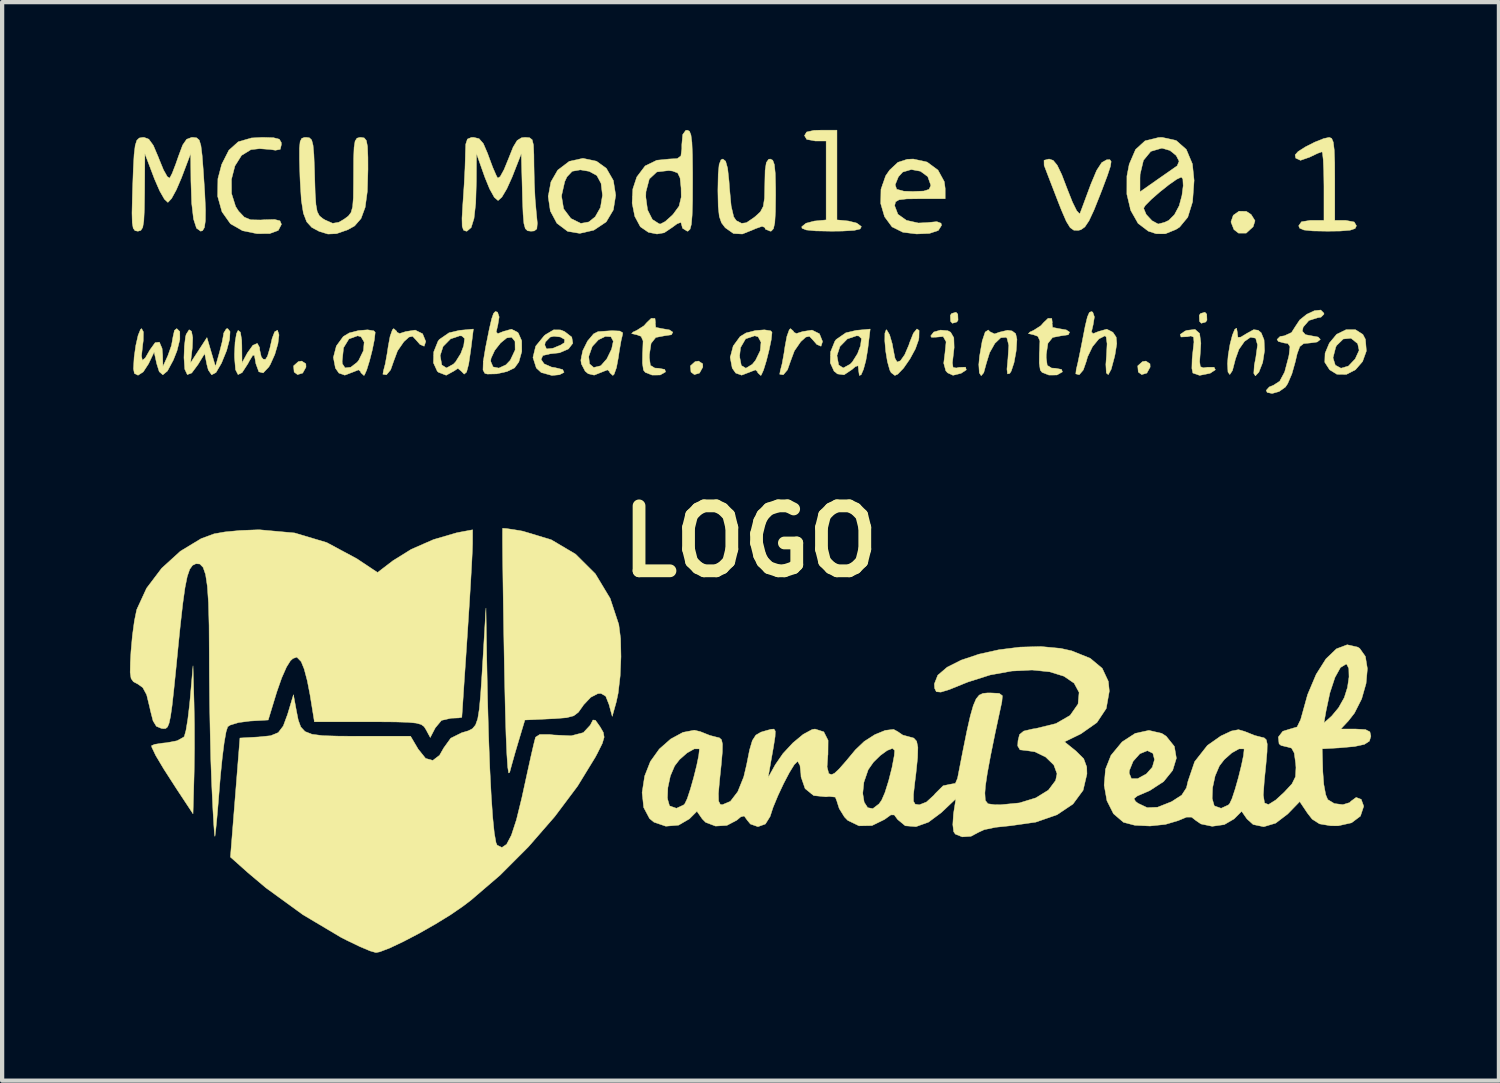
<source format=kicad_pcb>
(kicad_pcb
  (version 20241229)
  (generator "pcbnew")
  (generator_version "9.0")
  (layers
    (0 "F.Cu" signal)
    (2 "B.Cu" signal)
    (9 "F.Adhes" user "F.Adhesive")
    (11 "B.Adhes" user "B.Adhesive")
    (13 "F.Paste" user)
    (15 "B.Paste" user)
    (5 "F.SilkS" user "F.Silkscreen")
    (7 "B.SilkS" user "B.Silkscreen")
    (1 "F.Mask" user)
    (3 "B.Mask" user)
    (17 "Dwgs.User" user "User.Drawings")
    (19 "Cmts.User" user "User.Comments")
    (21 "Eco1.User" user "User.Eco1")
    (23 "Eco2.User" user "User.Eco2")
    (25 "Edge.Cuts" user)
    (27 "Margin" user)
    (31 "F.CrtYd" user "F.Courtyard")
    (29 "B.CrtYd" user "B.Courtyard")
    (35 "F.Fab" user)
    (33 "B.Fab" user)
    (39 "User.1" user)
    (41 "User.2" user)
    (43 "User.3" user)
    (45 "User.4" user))
  (footprint "LOGO"
    (layer "F.Cu")
    (at 14.561 9.657)
    (property "Reference" "LOGO" (at 0 0 0) (layer "F.SilkS") (effects (font (size 1.524 1.524) (thickness 0.3))))
    (attr through_hole)
    (fp_poly (pts (xy -10.433 -4.169) (xy -10.429 -4.092) (xy -10.507 -3.951) (xy -10.628 -3.915) (xy -10.708 -3.975) (xy -10.721 -4.12) (xy -10.61 -4.22) (xy -10.53 -4.233) (xy -10.433 -4.169)) (stroke (width 0.01) (type solid)) (fill yes) (layer "F.SilkS"))
    (fp_poly (pts (xy -1.119 -4.169) (xy -1.116 -4.092) (xy -1.194 -3.951) (xy -1.314 -3.915) (xy -1.394 -3.975) (xy -1.408 -4.12) (xy -1.297 -4.22) (xy -1.216 -4.233) (xy -1.119 -4.169)) (stroke (width 0.01) (type solid)) (fill yes) (layer "F.SilkS"))
    (fp_poly (pts (xy 4.868 -5.334) (xy 4.874 -5.194) (xy 4.845 -5.15) (xy 4.741 -5.12) (xy 4.699 -5.165) (xy 4.693 -5.305) (xy 4.722 -5.349) (xy 4.826 -5.379) (xy 4.868 -5.334)) (stroke (width 0.01) (type solid)) (fill yes) (layer "F.SilkS"))
    (fp_poly (pts (xy 9.379 -4.169) (xy 9.383 -4.092) (xy 9.305 -3.951) (xy 9.184 -3.915) (xy 9.104 -3.975) (xy 9.091 -4.12) (xy 9.202 -4.22) (xy 9.282 -4.233) (xy 9.379 -4.169)) (stroke (width 0.01) (type solid)) (fill yes) (layer "F.SilkS"))
    (fp_poly (pts (xy 10.71 -5.334) (xy 10.716 -5.194) (xy 10.687 -5.15) (xy 10.583 -5.12) (xy 10.541 -5.165) (xy 10.535 -5.305) (xy 10.564 -5.349) (xy 10.668 -5.379) (xy 10.71 -5.334)) (stroke (width 0.01) (type solid)) (fill yes) (layer "F.SilkS"))
    (fp_poly (pts (xy 11.641 -7.746) (xy 11.753 -7.672) (xy 11.844 -7.526) (xy 11.8 -7.386) (xy 11.637 -7.236) (xy 11.456 -7.236) (xy 11.349 -7.319) (xy 11.279 -7.498) (xy 11.333 -7.655) (xy 11.468 -7.75) (xy 11.641 -7.746)) (stroke (width 0.01) (type solid)) (fill yes) (layer "F.SilkS"))
    (fp_poly (pts (xy -13.057 3.789) (xy -13.048 4.293) (xy -13.047 4.862) (xy -13.054 5.395) (xy -13.057 5.524) (xy -13.081 6.392) (xy -13.472 5.8) (xy -13.766 5.343) (xy -13.958 5.021) (xy -14.047 4.832) (xy -14.055 4.794) (xy -13.979 4.762) (xy -13.79 4.733) (xy -13.703 4.725) (xy -13.454 4.678) (xy -13.299 4.592) (xy -13.284 4.572) (xy -13.246 4.434) (xy -13.203 4.174) (xy -13.163 3.837) (xy -13.148 3.683) (xy -13.081 2.921) (xy -13.057 3.789)) (stroke (width 0.01) (type solid)) (fill yes) (layer "F.SilkS"))
    (fp_poly (pts (xy 2.032 -7.546) (xy 2.301 -7.52) (xy 2.497 -7.471) (xy 2.603 -7.391) (xy 2.604 -7.387) (xy 2.576 -7.333) (xy 2.436 -7.3) (xy 2.161 -7.284) (xy 1.905 -7.281) (xy 1.533 -7.288) (xy 1.31 -7.31) (xy 1.212 -7.35) (xy 1.206 -7.387) (xy 1.306 -7.468) (xy 1.501 -7.519) (xy 1.509 -7.52) (xy 1.778 -7.546) (xy 1.778 -9.398) (xy 1.524 -9.398) (xy 1.322 -9.436) (xy 1.27 -9.525) (xy 1.32 -9.609) (xy 1.489 -9.647) (xy 1.651 -9.652) (xy 2.032 -9.652) (xy 2.032 -7.546)) (stroke (width 0.01) (type solid)) (fill yes) (layer "F.SilkS"))
    (fp_poly (pts (xy 4.634 -4.945) (xy 4.7 -4.91) (xy 4.775 -4.78) (xy 4.782 -4.549) (xy 4.768 -4.424) (xy 4.741 -4.19) (xy 4.757 -4.085) (xy 4.831 -4.07) (xy 4.897 -4.085) (xy 5.049 -4.09) (xy 5.068 -4.026) (xy 4.946 -3.946) (xy 4.756 -3.899) (xy 4.63 -3.956) (xy 4.587 -4.003) (xy 4.538 -4.183) (xy 4.568 -4.427) (xy 4.594 -4.687) (xy 4.525 -4.809) (xy 4.357 -4.794) (xy 4.356 -4.794) (xy 4.25 -4.791) (xy 4.233 -4.823) (xy 4.304 -4.915) (xy 4.463 -4.96) (xy 4.634 -4.945)) (stroke (width 0.01) (type solid)) (fill yes) (layer "F.SilkS"))
    (fp_poly (pts (xy 10.543 -4.882) (xy 10.573 -4.654) (xy 10.562 -4.469) (xy 10.544 -4.221) (xy 10.56 -4.103) (xy 10.629 -4.074) (xy 10.722 -4.087) (xy 10.884 -4.087) (xy 10.913 -4.028) (xy 10.792 -3.948) (xy 10.788 -3.946) (xy 10.544 -3.897) (xy 10.385 -3.952) (xy 10.362 -4.062) (xy 10.368 -4.281) (xy 10.383 -4.431) (xy 10.411 -4.678) (xy 10.401 -4.796) (xy 10.339 -4.822) (xy 10.257 -4.805) (xy 10.107 -4.798) (xy 10.087 -4.858) (xy 10.201 -4.937) (xy 10.244 -4.953) (xy 10.436 -4.976) (xy 10.543 -4.882)) (stroke (width 0.01) (type solid)) (fill yes) (layer "F.SilkS"))
    (fp_poly (pts (xy -8.299 -4.931) (xy -8.297 -4.912) (xy -8.233 -4.879) (xy -8.088 -4.925) (xy -7.867 -4.96) (xy -7.693 -4.874) (xy -7.62 -4.695) (xy -7.62 -4.689) (xy -7.656 -4.581) (xy -7.754 -4.623) (xy -7.839 -4.72) (xy -7.926 -4.814) (xy -8.013 -4.796) (xy -8.132 -4.688) (xy -8.281 -4.473) (xy -8.372 -4.229) (xy -8.443 -4.027) (xy -8.538 -3.914) (xy -8.546 -3.911) (xy -8.625 -3.924) (xy -8.61 -4.009) (xy -8.568 -4.171) (xy -8.522 -4.427) (xy -8.501 -4.571) (xy -8.456 -4.812) (xy -8.402 -4.966) (xy -8.371 -4.995) (xy -8.299 -4.931)) (stroke (width 0.01) (type solid)) (fill yes) (layer "F.SilkS"))
    (fp_poly (pts (xy 1.014 -4.931) (xy 1.016 -4.912) (xy 1.081 -4.879) (xy 1.225 -4.925) (xy 1.447 -4.96) (xy 1.621 -4.874) (xy 1.693 -4.695) (xy 1.693 -4.689) (xy 1.658 -4.581) (xy 1.559 -4.623) (xy 1.475 -4.72) (xy 1.387 -4.814) (xy 1.301 -4.796) (xy 1.182 -4.688) (xy 1.033 -4.473) (xy 0.942 -4.229) (xy 0.871 -4.027) (xy 0.775 -3.914) (xy 0.767 -3.911) (xy 0.688 -3.924) (xy 0.703 -4.009) (xy 0.745 -4.171) (xy 0.791 -4.427) (xy 0.812 -4.571) (xy 0.857 -4.812) (xy 0.912 -4.966) (xy 0.942 -4.995) (xy 1.014 -4.931)) (stroke (width 0.01) (type solid)) (fill yes) (layer "F.SilkS"))
    (fp_poly (pts (xy 3.96 -4.951) (xy 3.956 -4.777) (xy 3.947 -4.727) (xy 3.873 -4.519) (xy 3.744 -4.282) (xy 3.595 -4.067) (xy 3.458 -3.925) (xy 3.391 -3.895) (xy 3.303 -3.962) (xy 3.272 -4.021) (xy 3.216 -4.221) (xy 3.176 -4.465) (xy 3.155 -4.703) (xy 3.157 -4.887) (xy 3.187 -4.967) (xy 3.2 -4.964) (xy 3.267 -4.851) (xy 3.33 -4.635) (xy 3.349 -4.526) (xy 3.394 -4.298) (xy 3.445 -4.211) (xy 3.52 -4.239) (xy 3.523 -4.241) (xy 3.622 -4.382) (xy 3.719 -4.608) (xy 3.738 -4.667) (xy 3.827 -4.889) (xy 3.909 -4.987) (xy 3.96 -4.951)) (stroke (width 0.01) (type solid)) (fill yes) (layer "F.SilkS"))
    (fp_poly (pts (xy 14.375 -4.858) (xy 14.435 -4.744) (xy 14.457 -4.469) (xy 14.368 -4.222) (xy 14.201 -4.029) (xy 13.989 -3.92) (xy 13.765 -3.923) (xy 13.595 -4.028) (xy 13.481 -4.205) (xy 13.484 -4.309) (xy 13.674 -4.309) (xy 13.728 -4.137) (xy 13.861 -4.065) (xy 14.036 -4.116) (xy 14.195 -4.284) (xy 14.287 -4.485) (xy 14.253 -4.641) (xy 14.251 -4.644) (xy 14.096 -4.769) (xy 13.915 -4.751) (xy 13.758 -4.598) (xy 13.738 -4.559) (xy 13.674 -4.309) (xy 13.484 -4.309) (xy 13.488 -4.416) (xy 13.588 -4.655) (xy 13.76 -4.862) (xy 13.98 -4.969) (xy 14.201 -4.969) (xy 14.375 -4.858)) (stroke (width 0.01) (type solid)) (fill yes) (layer "F.SilkS"))
    (fp_poly (pts (xy 5.624 -4.921) (xy 5.732 -4.87) (xy 5.841 -4.91) (xy 6.036 -4.956) (xy 6.142 -4.94) (xy 6.226 -4.876) (xy 6.256 -4.744) (xy 6.24 -4.497) (xy 6.236 -4.46) (xy 6.188 -4.196) (xy 6.123 -3.999) (xy 6.088 -3.943) (xy 6.035 -3.931) (xy 6.022 -4.044) (xy 6.045 -4.291) (xy 6.065 -4.602) (xy 6.024 -4.767) (xy 6 -4.791) (xy 5.877 -4.781) (xy 5.738 -4.648) (xy 5.615 -4.43) (xy 5.539 -4.185) (xy 5.477 -3.96) (xy 5.417 -3.889) (xy 5.373 -3.957) (xy 5.361 -4.151) (xy 5.378 -4.339) (xy 5.441 -4.704) (xy 5.511 -4.914) (xy 5.584 -4.962) (xy 5.624 -4.921)) (stroke (width 0.01) (type solid)) (fill yes) (layer "F.SilkS"))
    (fp_poly (pts (xy -12.212 -4.925) (xy -12.223 -4.741) (xy -12.292 -4.48) (xy -12.413 -4.184) (xy -12.542 -3.964) (xy -12.644 -3.91) (xy -12.722 -4.023) (xy -12.756 -4.152) (xy -12.807 -4.41) (xy -12.964 -4.152) (xy -13.112 -3.953) (xy -13.215 -3.915) (xy -13.274 -4.041) (xy -13.293 -4.311) (xy -13.283 -4.584) (xy -13.257 -4.8) (xy -13.241 -4.861) (xy -13.172 -4.968) (xy -13.117 -4.933) (xy -13.088 -4.782) (xy -13.097 -4.551) (xy -13.139 -4.191) (xy -12.754 -4.784) (xy -12.654 -4.445) (xy -12.554 -4.106) (xy -12.458 -4.445) (xy -12.397 -4.684) (xy -12.364 -4.861) (xy -12.362 -4.889) (xy -12.301 -4.988) (xy -12.266 -4.995) (xy -12.212 -4.925)) (stroke (width 0.01) (type solid)) (fill yes) (layer "F.SilkS"))
    (fp_poly (pts (xy -6.561 -4.503) (xy -6.611 -4.162) (xy -6.661 -3.974) (xy -6.717 -3.926) (xy -6.78 -3.991) (xy -6.864 -4.061) (xy -6.956 -4) (xy -7.139 -3.9) (xy -7.321 -3.97) (xy -7.349 -3.996) (xy -7.438 -4.191) (xy -7.434 -4.361) (xy -7.281 -4.361) (xy -7.242 -4.141) (xy -7.133 -4.071) (xy -6.971 -4.16) (xy -6.92 -4.212) (xy -6.797 -4.409) (xy -6.728 -4.593) (xy -6.706 -4.762) (xy -6.772 -4.822) (xy -6.821 -4.826) (xy -7.037 -4.753) (xy -7.212 -4.575) (xy -7.281 -4.361) (xy -7.434 -4.361) (xy -7.431 -4.449) (xy -7.332 -4.696) (xy -7.301 -4.739) (xy -7.072 -4.897) (xy -6.826 -4.954) (xy -6.501 -4.984) (xy -6.561 -4.503)) (stroke (width 0.01) (type solid)) (fill yes) (layer "F.SilkS"))
    (fp_poly (pts (xy 11.43 -4.898) (xy 11.43 -4.883) (xy 11.442 -4.79) (xy 11.509 -4.795) (xy 11.647 -4.879) (xy 11.812 -4.97) (xy 11.918 -4.956) (xy 11.989 -4.896) (xy 12.056 -4.731) (xy 12.067 -4.477) (xy 12.024 -4.201) (xy 11.934 -3.972) (xy 11.852 -3.885) (xy 11.815 -3.945) (xy 11.827 -4.134) (xy 11.862 -4.313) (xy 11.903 -4.613) (xy 11.859 -4.77) (xy 11.859 -4.77) (xy 11.739 -4.793) (xy 11.596 -4.694) (xy 11.466 -4.508) (xy 11.381 -4.272) (xy 11.38 -4.263) (xy 11.314 -4.01) (xy 11.252 -3.917) (xy 11.209 -3.975) (xy 11.198 -4.174) (xy 11.214 -4.37) (xy 11.258 -4.631) (xy 11.313 -4.843) (xy 11.368 -4.977) (xy 11.411 -5.005) (xy 11.43 -4.898)) (stroke (width 0.01) (type solid)) (fill yes) (layer "F.SilkS"))
    (fp_poly (pts (xy -2.239 -5.233) (xy -2.228 -5.134) (xy -2.232 -5.122) (xy -2.221 -5.024) (xy -2.077 -4.995) (xy -1.898 -4.964) (xy -1.82 -4.911) (xy -1.853 -4.85) (xy -2.016 -4.826) (xy -2.018 -4.826) (xy -2.22 -4.787) (xy -2.33 -4.649) (xy -2.37 -4.385) (xy -2.371 -4.311) (xy -2.347 -4.133) (xy -2.244 -4.069) (xy -2.154 -4.064) (xy -2.01 -4.037) (xy -1.99 -3.979) (xy -2.118 -3.906) (xy -2.306 -3.904) (xy -2.466 -3.967) (xy -2.509 -4.021) (xy -2.533 -4.184) (xy -2.53 -4.427) (xy -2.526 -4.484) (xy -2.518 -4.706) (xy -2.565 -4.813) (xy -2.665 -4.85) (xy -2.787 -4.878) (xy -2.752 -4.915) (xy -2.667 -4.953) (xy -2.497 -5.062) (xy -2.43 -5.137) (xy -2.327 -5.236) (xy -2.239 -5.233)) (stroke (width 0.01) (type solid)) (fill yes) (layer "F.SilkS"))
    (fp_poly (pts (xy 0.477 -4.943) (xy 0.508 -4.907) (xy 0.489 -4.731) (xy 0.439 -4.49) (xy 0.375 -4.236) (xy 0.309 -4.023) (xy 0.255 -3.904) (xy 0.242 -3.895) (xy 0.172 -3.96) (xy 0.169 -3.982) (xy 0.118 -4.027) (xy 0.006 -3.982) (xy -0.205 -3.902) (xy -0.344 -3.951) (xy -0.426 -4.068) (xy -0.474 -4.318) (xy -0.467 -4.343) (xy -0.254 -4.343) (xy -0.213 -4.129) (xy -0.106 -4.065) (xy 0.044 -4.156) (xy 0.122 -4.252) (xy 0.231 -4.476) (xy 0.25 -4.675) (xy 0.181 -4.803) (xy 0.102 -4.826) (xy -0.112 -4.755) (xy -0.231 -4.549) (xy -0.254 -4.343) (xy -0.467 -4.343) (xy -0.403 -4.587) (xy -0.241 -4.808) (xy -0.102 -4.893) (xy 0.117 -4.949) (xy 0.33 -4.966) (xy 0.477 -4.943)) (stroke (width 0.01) (type solid)) (fill yes) (layer "F.SilkS"))
    (fp_poly (pts (xy 2.754 -4.503) (xy 2.71 -4.243) (xy 2.654 -4.037) (xy 2.599 -3.911) (xy 2.557 -3.895) (xy 2.54 -4.015) (xy 2.54 -4.018) (xy 2.528 -4.124) (xy 2.464 -4.103) (xy 2.385 -4.035) (xy 2.198 -3.91) (xy 2.045 -3.931) (xy 1.964 -3.996) (xy 1.875 -4.191) (xy 1.88 -4.361) (xy 2.032 -4.361) (xy 2.072 -4.141) (xy 2.18 -4.071) (xy 2.342 -4.16) (xy 2.393 -4.212) (xy 2.516 -4.409) (xy 2.585 -4.593) (xy 2.607 -4.762) (xy 2.542 -4.822) (xy 2.492 -4.826) (xy 2.276 -4.753) (xy 2.102 -4.575) (xy 2.032 -4.361) (xy 1.88 -4.361) (xy 1.882 -4.449) (xy 1.982 -4.696) (xy 2.013 -4.739) (xy 2.242 -4.897) (xy 2.487 -4.954) (xy 2.812 -4.984) (xy 2.754 -4.503)) (stroke (width 0.01) (type solid)) (fill yes) (layer "F.SilkS"))
    (fp_poly (pts (xy 7.074 -5.233) (xy 7.086 -5.134) (xy 7.081 -5.122) (xy 7.092 -5.024) (xy 7.237 -4.995) (xy 7.415 -4.964) (xy 7.493 -4.911) (xy 7.461 -4.85) (xy 7.298 -4.826) (xy 7.295 -4.826) (xy 7.093 -4.787) (xy 6.983 -4.649) (xy 6.944 -4.385) (xy 6.943 -4.311) (xy 6.967 -4.133) (xy 7.069 -4.069) (xy 7.159 -4.064) (xy 7.303 -4.037) (xy 7.324 -3.979) (xy 7.195 -3.906) (xy 7.007 -3.904) (xy 6.847 -3.967) (xy 6.804 -4.021) (xy 6.78 -4.184) (xy 6.783 -4.427) (xy 6.787 -4.484) (xy 6.795 -4.706) (xy 6.748 -4.813) (xy 6.648 -4.85) (xy 6.526 -4.878) (xy 6.561 -4.915) (xy 6.646 -4.953) (xy 6.816 -5.062) (xy 6.883 -5.137) (xy 6.987 -5.236) (xy 7.074 -5.233)) (stroke (width 0.01) (type solid)) (fill yes) (layer "F.SilkS"))
    (fp_poly (pts (xy -13.391 -4.925) (xy -13.39 -4.74) (xy -13.457 -4.474) (xy -13.544 -4.255) (xy -13.681 -4) (xy -13.789 -3.91) (xy -13.874 -3.984) (xy -13.933 -4.17) (xy -13.993 -4.445) (xy -14.124 -4.17) (xy -14.249 -3.979) (xy -14.371 -3.9) (xy -14.457 -3.943) (xy -14.478 -4.052) (xy -14.463 -4.324) (xy -14.423 -4.602) (xy -14.37 -4.836) (xy -14.313 -4.976) (xy -14.288 -4.995) (xy -14.246 -4.919) (xy -14.249 -4.711) (xy -14.262 -4.614) (xy -14.29 -4.351) (xy -14.27 -4.25) (xy -14.2 -4.308) (xy -14.096 -4.49) (xy -13.97 -4.665) (xy -13.87 -4.677) (xy -13.807 -4.529) (xy -13.794 -4.377) (xy -13.787 -4.106) (xy -13.671 -4.36) (xy -13.586 -4.601) (xy -13.55 -4.805) (xy -13.516 -4.954) (xy -13.462 -4.995) (xy -13.391 -4.925)) (stroke (width 0.01) (type solid)) (fill yes) (layer "F.SilkS"))
    (fp_poly (pts (xy -11.191 -9.475) (xy -11.056 -9.44) (xy -11.01 -9.364) (xy -11.007 -9.315) (xy -11.034 -9.202) (xy -11.147 -9.181) (xy -11.258 -9.198) (xy -11.519 -9.218) (xy -11.722 -9.195) (xy -11.942 -9.06) (xy -12.098 -8.812) (xy -12.179 -8.498) (xy -12.177 -8.165) (xy -12.081 -7.86) (xy -12.011 -7.751) (xy -11.878 -7.611) (xy -11.73 -7.549) (xy -11.499 -7.544) (xy -11.418 -7.549) (xy -11.166 -7.556) (xy -11.041 -7.525) (xy -11.007 -7.446) (xy -11.007 -7.439) (xy -11.08 -7.299) (xy -11.281 -7.225) (xy -11.578 -7.223) (xy -11.916 -7.291) (xy -12.202 -7.455) (xy -12.401 -7.736) (xy -12.503 -8.1) (xy -12.497 -8.511) (xy -12.408 -8.849) (xy -12.24 -9.181) (xy -12.02 -9.379) (xy -11.71 -9.469) (xy -11.453 -9.483) (xy -11.191 -9.475)) (stroke (width 0.01) (type solid)) (fill yes) (layer "F.SilkS"))
    (fp_poly (pts (xy -8.837 -4.943) (xy -8.805 -4.907) (xy -8.825 -4.731) (xy -8.874 -4.49) (xy -8.939 -4.236) (xy -9.005 -4.023) (xy -9.058 -3.904) (xy -9.071 -3.895) (xy -9.142 -3.96) (xy -9.144 -3.982) (xy -9.196 -4.027) (xy -9.308 -3.982) (xy -9.518 -3.902) (xy -9.657 -3.951) (xy -9.739 -4.068) (xy -9.77 -4.232) (xy -9.581 -4.232) (xy -9.577 -4.17) (xy -9.512 -4.073) (xy -9.38 -4.088) (xy -9.23 -4.203) (xy -9.191 -4.252) (xy -9.081 -4.478) (xy -9.064 -4.678) (xy -9.138 -4.804) (xy -9.218 -4.826) (xy -9.422 -4.752) (xy -9.548 -4.546) (xy -9.581 -4.232) (xy -9.77 -4.232) (xy -9.787 -4.318) (xy -9.717 -4.587) (xy -9.555 -4.808) (xy -9.415 -4.893) (xy -9.196 -4.949) (xy -8.983 -4.966) (xy -8.837 -4.943)) (stroke (width 0.01) (type solid)) (fill yes) (layer "F.SilkS"))
    (fp_poly (pts (xy -4.458 -4.964) (xy -4.363 -4.927) (xy -4.192 -4.796) (xy -4.167 -4.651) (xy -4.269 -4.518) (xy -4.479 -4.427) (xy -4.7 -4.403) (xy -4.87 -4.363) (xy -4.912 -4.271) (xy -4.84 -4.167) (xy -4.666 -4.091) (xy -4.591 -4.08) (xy -4.406 -4.034) (xy -4.373 -3.968) (xy -4.48 -3.912) (xy -4.657 -3.895) (xy -4.908 -3.963) (xy -5.024 -4.07) (xy -5.103 -4.317) (xy -5.038 -4.584) (xy -5.015 -4.611) (xy -4.826 -4.611) (xy -4.784 -4.518) (xy -4.636 -4.533) (xy -4.452 -4.609) (xy -4.367 -4.663) (xy -4.358 -4.74) (xy -4.459 -4.798) (xy -4.611 -4.815) (xy -4.699 -4.795) (xy -4.812 -4.679) (xy -4.826 -4.611) (xy -5.015 -4.611) (xy -4.84 -4.826) (xy -4.803 -4.856) (xy -4.617 -4.966) (xy -4.458 -4.964)) (stroke (width 0.01) (type solid)) (fill yes) (layer "F.SilkS"))
    (fp_poly (pts (xy -3.611 -8.923) (xy -3.38 -8.756) (xy -3.216 -8.471) (xy -3.161 -8.125) (xy -3.216 -7.781) (xy -3.381 -7.503) (xy -3.387 -7.497) (xy -3.674 -7.305) (xy -4.003 -7.23) (xy -4.288 -7.277) (xy -4.541 -7.467) (xy -4.695 -7.755) (xy -4.745 -8.093) (xy -4.742 -8.109) (xy -4.433 -8.109) (xy -4.383 -7.806) (xy -4.215 -7.583) (xy -4.204 -7.575) (xy -3.979 -7.464) (xy -3.79 -7.499) (xy -3.641 -7.62) (xy -3.518 -7.838) (xy -3.471 -8.124) (xy -3.504 -8.403) (xy -3.604 -8.588) (xy -3.784 -8.686) (xy -3.99 -8.721) (xy -4.182 -8.687) (xy -4.305 -8.556) (xy -4.357 -8.445) (xy -4.433 -8.109) (xy -4.742 -8.109) (xy -4.681 -8.438) (xy -4.522 -8.714) (xy -4.25 -8.921) (xy -3.93 -8.991) (xy -3.611 -8.923)) (stroke (width 0.01) (type solid)) (fill yes) (layer "F.SilkS"))
    (fp_poly (pts (xy 7.107 -8.943) (xy 7.201 -8.83) (xy 7.308 -8.608) (xy 7.435 -8.276) (xy 7.559 -7.963) (xy 7.659 -7.761) (xy 7.724 -7.691) (xy 7.738 -7.705) (xy 7.791 -7.845) (xy 7.882 -8.091) (xy 7.99 -8.382) (xy 8.127 -8.708) (xy 8.247 -8.892) (xy 8.365 -8.958) (xy 8.437 -8.959) (xy 8.467 -8.916) (xy 8.45 -8.802) (xy 8.38 -8.59) (xy 8.254 -8.254) (xy 8.215 -8.154) (xy 8.063 -7.773) (xy 7.947 -7.525) (xy 7.85 -7.381) (xy 7.757 -7.315) (xy 7.694 -7.3) (xy 7.591 -7.304) (xy 7.505 -7.365) (xy 7.415 -7.511) (xy 7.302 -7.772) (xy 7.221 -7.977) (xy 7.092 -8.311) (xy 6.982 -8.596) (xy 6.909 -8.788) (xy 6.894 -8.826) (xy 6.892 -8.945) (xy 7.01 -8.975) (xy 7.107 -8.943)) (stroke (width 0.01) (type solid)) (fill yes) (layer "F.SilkS"))
    (fp_poly (pts (xy 8.036 -5.381) (xy 8.074 -5.269) (xy 8.044 -5.084) (xy 8.005 -4.916) (xy 8.044 -4.877) (xy 8.181 -4.931) (xy 8.364 -4.981) (xy 8.5 -4.913) (xy 8.515 -4.899) (xy 8.585 -4.794) (xy 8.599 -4.642) (xy 8.559 -4.39) (xy 8.547 -4.334) (xy 8.468 -4.04) (xy 8.4 -3.914) (xy 8.354 -3.953) (xy 8.343 -4.155) (xy 8.358 -4.36) (xy 8.372 -4.639) (xy 8.351 -4.799) (xy 8.322 -4.826) (xy 8.179 -4.753) (xy 8.029 -4.571) (xy 7.914 -4.332) (xy 7.883 -4.222) (xy 7.813 -4.023) (xy 7.72 -3.914) (xy 7.715 -3.912) (xy 7.637 -3.933) (xy 7.648 -4.033) (xy 7.687 -4.199) (xy 7.743 -4.467) (xy 7.789 -4.699) (xy 7.858 -5.054) (xy 7.91 -5.27) (xy 7.956 -5.374) (xy 8.004 -5.395) (xy 8.036 -5.381)) (stroke (width 0.01) (type solid)) (fill yes) (layer "F.SilkS"))
    (fp_poly (pts (xy 13.643 -9.459) (xy 13.681 -9.369) (xy 13.703 -9.187) (xy 13.714 -8.885) (xy 13.716 -8.509) (xy 13.716 -7.535) (xy 13.97 -7.535) (xy 14.172 -7.497) (xy 14.224 -7.408) (xy 14.192 -7.343) (xy 14.076 -7.304) (xy 13.847 -7.285) (xy 13.547 -7.281) (xy 13.199 -7.287) (xy 12.991 -7.309) (xy 12.891 -7.352) (xy 12.869 -7.408) (xy 12.934 -7.502) (xy 13.139 -7.535) (xy 13.166 -7.535) (xy 13.462 -7.535) (xy 13.462 -8.34) (xy 13.457 -8.685) (xy 13.445 -8.957) (xy 13.427 -9.117) (xy 13.415 -9.144) (xy 13.315 -9.109) (xy 13.137 -9.024) (xy 13.13 -9.02) (xy 12.911 -8.944) (xy 12.799 -8.996) (xy 12.785 -9.072) (xy 12.855 -9.151) (xy 13.027 -9.26) (xy 13.246 -9.371) (xy 13.455 -9.455) (xy 13.586 -9.483) (xy 13.643 -9.459)) (stroke (width 0.01) (type solid)) (fill yes) (layer "F.SilkS"))
    (fp_poly (pts (xy -11.063 -4.847) (xy -11.088 -4.64) (xy -11.161 -4.39) (xy -11.267 -4.154) (xy -11.302 -4.095) (xy -11.434 -3.955) (xy -11.536 -3.981) (xy -11.606 -4.172) (xy -11.616 -4.233) (xy -11.64 -4.364) (xy -11.678 -4.369) (xy -11.758 -4.238) (xy -11.794 -4.17) (xy -11.929 -3.962) (xy -12.024 -3.915) (xy -12.083 -4.03) (xy -12.106 -4.31) (xy -12.107 -4.398) (xy -12.094 -4.675) (xy -12.06 -4.879) (xy -12.023 -4.953) (xy -11.969 -4.912) (xy -11.939 -4.726) (xy -11.935 -4.598) (xy -11.931 -4.191) (xy -11.805 -4.424) (xy -11.676 -4.604) (xy -11.572 -4.648) (xy -11.518 -4.549) (xy -11.515 -4.492) (xy -11.479 -4.332) (xy -11.436 -4.279) (xy -11.381 -4.272) (xy -11.333 -4.347) (xy -11.277 -4.535) (xy -11.224 -4.766) (xy -11.165 -4.92) (xy -11.098 -4.957) (xy -11.063 -4.847)) (stroke (width 0.01) (type solid)) (fill yes) (layer "F.SilkS"))
    (fp_poly (pts (xy -3.065 -4.938) (xy -2.996 -4.897) (xy -3.001 -4.851) (xy -3.035 -4.708) (xy -3.077 -4.466) (xy -3.098 -4.319) (xy -3.143 -4.078) (xy -3.198 -3.924) (xy -3.228 -3.895) (xy -3.3 -3.96) (xy -3.302 -3.982) (xy -3.354 -4.027) (xy -3.466 -3.982) (xy -3.666 -3.903) (xy -3.806 -3.936) (xy -3.878 -3.996) (xy -3.966 -4.165) (xy -3.979 -4.254) (xy -3.962 -4.34) (xy -3.794 -4.34) (xy -3.775 -4.167) (xy -3.677 -4.082) (xy -3.518 -4.121) (xy -3.505 -4.129) (xy -3.368 -4.286) (xy -3.257 -4.514) (xy -3.217 -4.699) (xy -3.273 -4.804) (xy -3.405 -4.811) (xy -3.566 -4.732) (xy -3.705 -4.582) (xy -3.715 -4.564) (xy -3.794 -4.34) (xy -3.962 -4.34) (xy -3.934 -4.476) (xy -3.822 -4.702) (xy -3.68 -4.871) (xy -3.575 -4.924) (xy -3.249 -4.946) (xy -3.065 -4.938)) (stroke (width 0.01) (type solid)) (fill yes) (layer "F.SilkS"))
    (fp_poly (pts (xy -5.936 -5.382) (xy -5.934 -5.381) (xy -5.896 -5.269) (xy -5.926 -5.084) (xy -5.965 -4.916) (xy -5.926 -4.877) (xy -5.789 -4.931) (xy -5.607 -4.981) (xy -5.468 -4.911) (xy -5.447 -4.891) (xy -5.367 -4.709) (xy -5.365 -4.458) (xy -5.434 -4.213) (xy -5.535 -4.073) (xy -5.713 -3.987) (xy -5.955 -3.933) (xy -6.172 -3.928) (xy -6.232 -3.944) (xy -6.275 -4.024) (xy -6.269 -4.222) (xy -6.268 -4.229) (xy -6.096 -4.229) (xy -6.039 -4.096) (xy -5.903 -4.068) (xy -5.738 -4.144) (xy -5.635 -4.252) (xy -5.521 -4.493) (xy -5.524 -4.695) (xy -5.602 -4.792) (xy -5.717 -4.777) (xy -5.864 -4.657) (xy -6.001 -4.482) (xy -6.086 -4.298) (xy -6.096 -4.229) (xy -6.268 -4.229) (xy -6.214 -4.558) (xy -6.206 -4.596) (xy -6.129 -4.979) (xy -6.073 -5.221) (xy -6.028 -5.351) (xy -5.986 -5.396) (xy -5.936 -5.382)) (stroke (width 0.01) (type solid)) (fill yes) (layer "F.SilkS"))
    (fp_poly (pts (xy 13.46 -5.357) (xy 13.462 -5.334) (xy 13.392 -5.263) (xy 13.31 -5.249) (xy 13.108 -5.185) (xy 12.974 -5.03) (xy 12.954 -4.936) (xy 13.026 -4.853) (xy 13.166 -4.826) (xy 13.325 -4.797) (xy 13.377 -4.741) (xy 13.304 -4.681) (xy 13.13 -4.657) (xy 12.984 -4.643) (xy 12.895 -4.573) (xy 12.833 -4.406) (xy 12.789 -4.216) (xy 12.709 -3.933) (xy 12.61 -3.702) (xy 12.557 -3.623) (xy 12.409 -3.518) (xy 12.246 -3.472) (xy 12.129 -3.497) (xy 12.107 -3.546) (xy 12.178 -3.625) (xy 12.276 -3.665) (xy 12.424 -3.761) (xy 12.539 -3.976) (xy 12.634 -4.335) (xy 12.643 -4.381) (xy 12.664 -4.571) (xy 12.615 -4.646) (xy 12.529 -4.657) (xy 12.392 -4.693) (xy 12.361 -4.741) (xy 12.432 -4.81) (xy 12.533 -4.826) (xy 12.701 -4.903) (xy 12.783 -5.033) (xy 12.892 -5.197) (xy 13.058 -5.331) (xy 13.238 -5.415) (xy 13.387 -5.431) (xy 13.46 -5.357)) (stroke (width 0.01) (type solid)) (fill yes) (layer "F.SilkS"))
    (fp_poly (pts (xy -5.731 -0.303) (xy -5.53 -0.273) (xy -5.339 -0.24) (xy -4.673 -0.039) (xy -4.102 0.299) (xy -3.638 0.761) (xy -3.291 1.337) (xy -3.088 1.951) (xy -3.046 2.281) (xy -3.037 2.706) (xy -3.056 3.156) (xy -3.103 3.561) (xy -3.146 3.764) (xy -3.242 4.106) (xy -3.318 3.826) (xy -3.395 3.632) (xy -3.506 3.568) (xy -3.58 3.572) (xy -3.746 3.658) (xy -3.913 3.834) (xy -3.936 3.868) (xy -4.037 4.01) (xy -4.147 4.093) (xy -4.315 4.137) (xy -4.589 4.159) (xy -4.699 4.164) (xy -5.292 4.191) (xy -5.432 4.657) (xy -5.527 4.978) (xy -5.613 5.284) (xy -5.649 5.419) (xy -5.673 5.435) (xy -5.695 5.297) (xy -5.715 5.001) (xy -5.735 4.545) (xy -5.753 3.925) (xy -5.77 3.14) (xy -5.778 2.711) (xy -5.79 2.016) (xy -5.8 1.377) (xy -5.808 0.813) (xy -5.814 0.344) (xy -5.817 -0.013) (xy -5.817 -0.236) (xy -5.815 -0.308) (xy -5.731 -0.303)) (stroke (width 0.01) (type solid)) (fill yes) (layer "F.SilkS"))
    (fp_poly (pts (xy 4.147 -8.904) (xy 4.403 -8.715) (xy 4.551 -8.444) (xy 4.572 -8.285) (xy 4.572 -8.043) (xy 3.979 -8.043) (xy 3.668 -8.039) (xy 3.489 -8.018) (xy 3.408 -7.971) (xy 3.387 -7.887) (xy 3.387 -7.876) (xy 3.463 -7.678) (xy 3.662 -7.536) (xy 3.943 -7.473) (xy 4.15 -7.483) (xy 4.376 -7.505) (xy 4.474 -7.469) (xy 4.487 -7.419) (xy 4.411 -7.298) (xy 4.204 -7.229) (xy 3.9 -7.216) (xy 3.579 -7.256) (xy 3.325 -7.382) (xy 3.149 -7.621) (xy 3.059 -7.929) (xy 3.065 -8.263) (xy 3.102 -8.37) (xy 3.398 -8.37) (xy 3.434 -8.265) (xy 3.602 -8.22) (xy 3.81 -8.213) (xy 4.067 -8.223) (xy 4.194 -8.263) (xy 4.233 -8.348) (xy 4.233 -8.365) (xy 4.163 -8.562) (xy 3.992 -8.688) (xy 3.777 -8.728) (xy 3.576 -8.669) (xy 3.474 -8.557) (xy 3.398 -8.37) (xy 3.102 -8.37) (xy 3.175 -8.581) (xy 3.267 -8.714) (xy 3.462 -8.897) (xy 3.68 -8.968) (xy 3.822 -8.975) (xy 4.147 -8.904)) (stroke (width 0.01) (type solid)) (fill yes) (layer "F.SilkS"))
    (fp_poly (pts (xy 0.525 -8.947) (xy 0.563 -8.844) (xy 0.584 -8.639) (xy 0.592 -8.304) (xy 0.593 -8.128) (xy 0.588 -7.733) (xy 0.573 -7.48) (xy 0.542 -7.34) (xy 0.492 -7.285) (xy 0.466 -7.281) (xy 0.353 -7.328) (xy 0.339 -7.368) (xy 0.275 -7.395) (xy 0.112 -7.338) (xy 0.089 -7.326) (xy -0.188 -7.215) (xy -0.396 -7.226) (xy -0.588 -7.361) (xy -0.593 -7.366) (xy -0.678 -7.478) (xy -0.73 -7.63) (xy -0.755 -7.864) (xy -0.762 -8.223) (xy -0.762 -8.255) (xy -0.755 -8.623) (xy -0.733 -8.847) (xy -0.69 -8.955) (xy -0.646 -8.975) (xy -0.581 -8.924) (xy -0.534 -8.757) (xy -0.501 -8.452) (xy -0.49 -8.29) (xy -0.451 -7.872) (xy -0.391 -7.617) (xy -0.331 -7.529) (xy -0.205 -7.465) (xy -0.094 -7.48) (xy 0.066 -7.588) (xy 0.116 -7.626) (xy 0.235 -7.736) (xy 0.302 -7.863) (xy 0.332 -8.057) (xy 0.339 -8.368) (xy 0.339 -8.388) (xy 0.346 -8.708) (xy 0.374 -8.891) (xy 0.427 -8.967) (xy 0.466 -8.975) (xy 0.525 -8.947)) (stroke (width 0.01) (type solid)) (fill yes) (layer "F.SilkS"))
    (fp_poly (pts (xy -9.063 -9.47) (xy -9.013 -9.409) (xy -8.986 -9.269) (xy -8.976 -9.016) (xy -8.975 -8.733) (xy -8.99 -8.216) (xy -9.041 -7.84) (xy -9.138 -7.578) (xy -9.288 -7.405) (xy -9.449 -7.315) (xy -9.713 -7.223) (xy -9.914 -7.214) (xy -10.121 -7.277) (xy -10.293 -7.369) (xy -10.413 -7.501) (xy -10.491 -7.704) (xy -10.539 -8.009) (xy -10.566 -8.445) (xy -10.571 -8.563) (xy -10.583 -8.967) (xy -10.583 -9.231) (xy -10.567 -9.385) (xy -10.53 -9.459) (xy -10.468 -9.481) (xy -10.426 -9.483) (xy -10.348 -9.472) (xy -10.296 -9.421) (xy -10.264 -9.299) (xy -10.244 -9.077) (xy -10.23 -8.724) (xy -10.226 -8.576) (xy -10.214 -8.173) (xy -10.196 -7.906) (xy -10.166 -7.74) (xy -10.114 -7.641) (xy -10.033 -7.575) (xy -9.979 -7.543) (xy -9.803 -7.466) (xy -9.659 -7.49) (xy -9.535 -7.563) (xy -9.436 -7.636) (xy -9.372 -7.72) (xy -9.335 -7.853) (xy -9.318 -8.068) (xy -9.314 -8.402) (xy -9.313 -8.596) (xy -9.311 -8.992) (xy -9.301 -9.248) (xy -9.277 -9.396) (xy -9.233 -9.464) (xy -9.165 -9.482) (xy -9.144 -9.483) (xy -9.063 -9.47)) (stroke (width 0.01) (type solid)) (fill yes) (layer "F.SilkS"))
    (fp_poly (pts (xy -1.43 -9.628) (xy -1.395 -9.541) (xy -1.372 -9.366) (xy -1.36 -9.078) (xy -1.355 -8.654) (xy -1.355 -8.467) (xy -1.357 -7.989) (xy -1.367 -7.656) (xy -1.385 -7.443) (xy -1.416 -7.328) (xy -1.462 -7.284) (xy -1.482 -7.281) (xy -1.592 -7.35) (xy -1.609 -7.414) (xy -1.63 -7.488) (xy -1.718 -7.456) (xy -1.832 -7.372) (xy -2.023 -7.244) (xy -2.192 -7.215) (xy -2.393 -7.255) (xy -2.582 -7.385) (xy -2.713 -7.629) (xy -2.775 -7.94) (xy -2.768 -8.086) (xy -2.455 -8.086) (xy -2.413 -7.78) (xy -2.3 -7.556) (xy -2.139 -7.453) (xy -2.107 -7.451) (xy -1.999 -7.508) (xy -1.842 -7.648) (xy -1.812 -7.679) (xy -1.674 -7.868) (xy -1.623 -8.08) (xy -1.626 -8.293) (xy -1.65 -8.53) (xy -1.706 -8.648) (xy -1.826 -8.693) (xy -1.916 -8.704) (xy -2.195 -8.672) (xy -2.372 -8.507) (xy -2.451 -8.207) (xy -2.455 -8.086) (xy -2.768 -8.086) (xy -2.759 -8.271) (xy -2.666 -8.553) (xy -2.47 -8.813) (xy -2.197 -8.946) (xy -1.911 -8.975) (xy -1.717 -8.985) (xy -1.631 -9.047) (xy -1.609 -9.211) (xy -1.609 -9.313) (xy -1.588 -9.549) (xy -1.518 -9.646) (xy -1.482 -9.652) (xy -1.43 -9.628)) (stroke (width 0.01) (type solid)) (fill yes) (layer "F.SilkS"))
    (fp_poly (pts (xy 9.992 -9.41) (xy 10.231 -9.2) (xy 10.374 -8.86) (xy 10.414 -8.473) (xy 10.378 -7.971) (xy 10.266 -7.61) (xy 10.073 -7.376) (xy 9.986 -7.321) (xy 9.737 -7.22) (xy 9.525 -7.221) (xy 9.339 -7.282) (xy 9.099 -7.464) (xy 8.928 -7.767) (xy 8.915 -7.82) (xy 9.229 -7.82) (xy 9.29 -7.674) (xy 9.426 -7.527) (xy 9.568 -7.451) (xy 9.579 -7.451) (xy 9.718 -7.488) (xy 9.818 -7.534) (xy 9.953 -7.669) (xy 10.065 -7.88) (xy 10.066 -7.885) (xy 10.129 -8.121) (xy 10.158 -8.347) (xy 10.15 -8.507) (xy 10.115 -8.551) (xy 10.006 -8.5) (xy 9.823 -8.372) (xy 9.609 -8.202) (xy 9.41 -8.028) (xy 9.269 -7.886) (xy 9.229 -7.82) (xy 8.915 -7.82) (xy 8.836 -8.149) (xy 8.837 -8.528) (xy 9.144 -8.528) (xy 9.144 -8.205) (xy 9.542 -8.484) (xy 9.773 -8.645) (xy 9.95 -8.769) (xy 10.017 -8.816) (xy 10.062 -8.924) (xy 9.993 -9.058) (xy 9.848 -9.175) (xy 9.667 -9.228) (xy 9.654 -9.229) (xy 9.398 -9.154) (xy 9.225 -8.944) (xy 9.147 -8.617) (xy 9.144 -8.528) (xy 8.837 -8.528) (xy 8.837 -8.573) (xy 8.891 -8.852) (xy 9.04 -9.198) (xy 9.263 -9.402) (xy 9.583 -9.48) (xy 9.663 -9.483) (xy 9.992 -9.41)) (stroke (width 0.01) (type solid)) (fill yes) (layer "F.SilkS"))
    (fp_poly (pts (xy -12.996 -9.472) (xy -12.935 -9.419) (xy -12.896 -9.292) (xy -12.867 -9.059) (xy -12.84 -8.708) (xy -12.805 -8.173) (xy -12.788 -7.786) (xy -12.791 -7.525) (xy -12.813 -7.368) (xy -12.856 -7.295) (xy -12.901 -7.281) (xy -12.999 -7.351) (xy -13.069 -7.567) (xy -13.112 -7.935) (xy -13.13 -8.456) (xy -13.136 -9.102) (xy -13.353 -8.53) (xy -13.473 -8.251) (xy -13.585 -8.047) (xy -13.668 -7.959) (xy -13.674 -7.959) (xy -13.752 -8.032) (xy -13.863 -8.226) (xy -13.982 -8.499) (xy -13.994 -8.53) (xy -14.211 -9.102) (xy -14.217 -8.191) (xy -14.223 -7.788) (xy -14.236 -7.524) (xy -14.261 -7.371) (xy -14.305 -7.3) (xy -14.371 -7.281) (xy -14.378 -7.281) (xy -14.443 -7.294) (xy -14.485 -7.351) (xy -14.507 -7.479) (xy -14.513 -7.708) (xy -14.505 -8.065) (xy -14.499 -8.276) (xy -14.482 -8.75) (xy -14.464 -9.08) (xy -14.438 -9.292) (xy -14.4 -9.413) (xy -14.343 -9.468) (xy -14.261 -9.482) (xy -14.231 -9.483) (xy -14.119 -9.441) (xy -14.013 -9.295) (xy -13.894 -9.016) (xy -13.877 -8.971) (xy -13.774 -8.72) (xy -13.684 -8.56) (xy -13.629 -8.526) (xy -13.57 -8.639) (xy -13.485 -8.859) (xy -13.423 -9.038) (xy -13.324 -9.303) (xy -13.231 -9.438) (xy -13.114 -9.482) (xy -13.087 -9.483) (xy -12.996 -9.472)) (stroke (width 0.01) (type solid)) (fill yes) (layer "F.SilkS"))
    (fp_poly (pts (xy -5.183 -9.475) (xy -5.121 -9.427) (xy -5.091 -9.304) (xy -5.081 -9.072) (xy -5.079 -8.826) (xy -5.071 -8.433) (xy -5.052 -8.035) (xy -5.025 -7.726) (xy -5 -7.468) (xy -5.012 -7.335) (xy -5.073 -7.287) (xy -5.15 -7.281) (xy -5.229 -7.291) (xy -5.282 -7.341) (xy -5.315 -7.461) (xy -5.334 -7.679) (xy -5.348 -8.026) (xy -5.352 -8.191) (xy -5.376 -9.102) (xy -5.592 -8.551) (xy -5.715 -8.278) (xy -5.832 -8.081) (xy -5.92 -8.001) (xy -5.923 -8.001) (xy -6.01 -8.076) (xy -6.121 -8.276) (xy -6.233 -8.551) (xy -6.428 -9.102) (xy -6.431 -8.456) (xy -6.446 -7.94) (xy -6.486 -7.581) (xy -6.553 -7.366) (xy -6.65 -7.283) (xy -6.669 -7.281) (xy -6.732 -7.305) (xy -6.764 -7.396) (xy -6.768 -7.587) (xy -6.749 -7.91) (xy -6.744 -7.98) (xy -6.718 -8.37) (xy -6.698 -8.754) (xy -6.689 -9.053) (xy -6.689 -9.081) (xy -6.68 -9.324) (xy -6.641 -9.443) (xy -6.549 -9.481) (xy -6.494 -9.483) (xy -6.367 -9.452) (xy -6.267 -9.337) (xy -6.165 -9.1) (xy -6.143 -9.038) (xy -6.047 -8.78) (xy -5.964 -8.589) (xy -5.928 -8.526) (xy -5.871 -8.563) (xy -5.782 -8.725) (xy -5.681 -8.971) (xy -5.568 -9.254) (xy -5.474 -9.41) (xy -5.37 -9.474) (xy -5.287 -9.483) (xy -5.183 -9.475)) (stroke (width 0.01) (type solid)) (fill yes) (layer "F.SilkS"))
    (fp_poly (pts (xy -6.187 2.752) (xy -6.168 3.701) (xy -6.144 4.56) (xy -6.116 5.315) (xy -6.083 5.955) (xy -6.048 6.469) (xy -6.01 6.844) (xy -5.97 7.069) (xy -5.944 7.128) (xy -5.831 7.183) (xy -5.721 7.108) (xy -5.609 6.895) (xy -5.491 6.535) (xy -5.364 6.018) (xy -5.322 5.826) (xy -5.23 5.404) (xy -5.149 5.038) (xy -5.085 4.762) (xy -5.046 4.609) (xy -5.041 4.594) (xy -4.943 4.531) (xy -4.711 4.531) (xy -4.623 4.542) (xy -4.206 4.562) (xy -3.92 4.487) (xy -3.759 4.314) (xy -3.756 4.309) (xy -3.695 4.191) (xy -3.637 4.197) (xy -3.538 4.336) (xy -3.527 4.352) (xy -3.452 4.481) (xy -3.432 4.594) (xy -3.475 4.74) (xy -3.59 4.971) (xy -3.638 5.061) (xy -4.055 5.742) (xy -4.591 6.457) (xy -5.209 7.167) (xy -5.875 7.834) (xy -6.556 8.418) (xy -6.741 8.559) (xy -7.039 8.764) (xy -7.396 8.983) (xy -7.776 9.199) (xy -8.143 9.391) (xy -8.462 9.542) (xy -8.697 9.632) (xy -8.788 9.65) (xy -8.924 9.611) (xy -9.166 9.509) (xy -9.471 9.362) (xy -9.612 9.29) (xy -10.503 8.76) (xy -11.369 8.131) (xy -11.795 7.772) (xy -12.203 7.408) (xy -11.98 4.614) (xy -11.543 4.589) (xy -11.259 4.56) (xy -11.081 4.487) (xy -10.963 4.332) (xy -10.862 4.059) (xy -10.838 3.979) (xy -10.724 3.598) (xy -10.656 3.967) (xy -10.611 4.193) (xy -10.552 4.354) (xy -10.453 4.461) (xy -10.289 4.526) (xy -10.031 4.559) (xy -9.655 4.57) (xy -9.184 4.572) (xy -7.975 4.572) (xy -7.797 4.874) (xy -7.622 5.092) (xy -7.454 5.14) (xy -7.295 5.019) (xy -7.197 4.847) (xy -7.033 4.619) (xy -6.772 4.489) (xy -6.753 4.484) (xy -6.621 4.445) (xy -6.522 4.394) (xy -6.451 4.309) (xy -6.399 4.164) (xy -6.362 3.936) (xy -6.331 3.601) (xy -6.3 3.135) (xy -6.279 2.794) (xy -6.206 1.566) (xy -6.187 2.752)) (stroke (width 0.01) (type solid)) (fill yes) (layer "F.SilkS"))
    (fp_poly (pts (xy -6.52 0.054) (xy -6.526 0.234) (xy -6.542 0.554) (xy -6.566 0.982) (xy -6.597 1.488) (xy -6.633 2.044) (xy -6.646 2.244) (xy -6.682 2.786) (xy -6.715 3.268) (xy -6.741 3.665) (xy -6.76 3.953) (xy -6.771 4.108) (xy -6.772 4.128) (xy -6.847 4.142) (xy -7.024 4.149) (xy -7.025 4.149) (xy -7.249 4.2) (xy -7.395 4.375) (xy -7.513 4.602) (xy -7.612 4.418) (xy -7.658 4.346) (xy -7.726 4.296) (xy -7.843 4.264) (xy -8.037 4.245) (xy -8.335 4.236) (xy -8.764 4.233) (xy -8.971 4.233) (xy -10.232 4.233) (xy -10.335 3.599) (xy -10.399 3.27) (xy -10.472 2.994) (xy -10.541 2.825) (xy -10.547 2.816) (xy -10.645 2.715) (xy -10.738 2.749) (xy -10.796 2.803) (xy -10.887 2.948) (xy -11 3.204) (xy -11.111 3.521) (xy -11.125 3.565) (xy -11.316 4.191) (xy -11.747 4.216) (xy -12.013 4.251) (xy -12.21 4.311) (xy -12.267 4.349) (xy -12.305 4.468) (xy -12.35 4.723) (xy -12.395 5.081) (xy -12.438 5.507) (xy -12.452 5.678) (xy -12.487 6.113) (xy -12.519 6.483) (xy -12.546 6.757) (xy -12.564 6.905) (xy -12.568 6.922) (xy -12.579 6.851) (xy -12.594 6.638) (xy -12.613 6.313) (xy -12.633 5.904) (xy -12.644 5.66) (xy -12.663 5.141) (xy -12.678 4.511) (xy -12.691 3.827) (xy -12.698 3.148) (xy -12.7 2.659) (xy -12.704 1.975) (xy -12.718 1.444) (xy -12.745 1.05) (xy -12.786 0.777) (xy -12.844 0.609) (xy -12.921 0.53) (xy -13.012 0.523) (xy -13.092 0.561) (xy -13.158 0.653) (xy -13.216 0.821) (xy -13.269 1.084) (xy -13.322 1.463) (xy -13.38 1.978) (xy -13.42 2.371) (xy -13.483 3.009) (xy -13.533 3.498) (xy -13.573 3.858) (xy -13.609 4.108) (xy -13.643 4.267) (xy -13.679 4.354) (xy -13.722 4.39) (xy -13.776 4.394) (xy -13.826 4.387) (xy -13.941 4.339) (xy -14.019 4.211) (xy -14.083 3.962) (xy -14.097 3.895) (xy -14.169 3.599) (xy -14.261 3.429) (xy -14.382 3.344) (xy -14.48 3.293) (xy -14.535 3.215) (xy -14.556 3.073) (xy -14.551 2.828) (xy -14.537 2.582) (xy -14.504 2.213) (xy -14.457 1.867) (xy -14.405 1.613) (xy -14.399 1.593) (xy -14.171 1.098) (xy -13.817 0.63) (xy -13.377 0.229) (xy -12.89 -0.066) (xy -12.587 -0.178) (xy -12.332 -0.223) (xy -11.976 -0.257) (xy -11.589 -0.272) (xy -11.515 -0.273) (xy -10.696 -0.199) (xy -9.943 0.026) (xy -9.23 0.409) (xy -9.222 0.415) (xy -8.75 0.729) (xy -8.39 0.453) (xy -7.959 0.185) (xy -7.436 -0.044) (xy -6.899 -0.201) (xy -6.83 -0.215) (xy -6.519 -0.273) (xy -6.52 0.054)) (stroke (width 0.01) (type solid)) (fill yes) (layer "F.SilkS"))
    (fp_poly (pts (xy 14.256 2.482) (xy 14.3 2.51) (xy 14.434 2.699) (xy 14.481 2.987) (xy 14.45 3.333) (xy 14.347 3.695) (xy 14.178 4.029) (xy 14.036 4.211) (xy 13.856 4.403) (xy 14.209 4.403) (xy 14.437 4.416) (xy 14.54 4.469) (xy 14.563 4.57) (xy 14.529 4.686) (xy 14.411 4.763) (xy 14.18 4.813) (xy 13.808 4.846) (xy 13.801 4.846) (xy 13.42 4.868) (xy 13.435 5.403) (xy 13.458 5.703) (xy 13.503 5.945) (xy 13.551 6.059) (xy 13.705 6.152) (xy 13.905 6.178) (xy 14.066 6.129) (xy 14.097 6.096) (xy 14.217 6.008) (xy 14.336 6.053) (xy 14.393 6.209) (xy 14.393 6.221) (xy 14.318 6.447) (xy 14.109 6.604) (xy 13.796 6.674) (xy 13.62 6.673) (xy 13.358 6.629) (xy 13.186 6.519) (xy 13.074 6.376) (xy 12.893 6.106) (xy 12.611 6.397) (xy 12.329 6.612) (xy 12.048 6.696) (xy 11.8 6.644) (xy 11.654 6.512) (xy 11.53 6.334) (xy 11.353 6.512) (xy 11.123 6.646) (xy 10.839 6.686) (xy 10.575 6.631) (xy 10.46 6.553) (xy 10.355 6.471) (xy 10.239 6.47) (xy 10.046 6.55) (xy 10.039 6.553) (xy 9.742 6.641) (xy 9.378 6.679) (xy 9.023 6.662) (xy 8.756 6.592) (xy 8.522 6.391) (xy 8.368 6.085) (xy 8.303 5.72) (xy 8.327 5.438) (xy 8.89 5.438) (xy 8.943 5.566) (xy 9.092 5.566) (xy 9.294 5.456) (xy 9.433 5.3) (xy 9.485 5.12) (xy 9.447 4.972) (xy 9.319 4.911) (xy 9.318 4.911) (xy 9.141 4.983) (xy 8.983 5.16) (xy 8.895 5.377) (xy 8.89 5.438) (xy 8.327 5.438) (xy 8.335 5.344) (xy 8.463 5.021) (xy 8.724 4.705) (xy 9.031 4.505) (xy 9.353 4.435) (xy 9.655 4.505) (xy 9.759 4.572) (xy 9.951 4.811) (xy 9.998 5.088) (xy 9.911 5.373) (xy 9.699 5.636) (xy 9.373 5.848) (xy 9.295 5.882) (xy 9.081 5.974) (xy 9.003 6.037) (xy 9.04 6.101) (xy 9.098 6.146) (xy 9.313 6.248) (xy 9.557 6.238) (xy 9.875 6.112) (xy 9.898 6.1) (xy 10.003 6.032) (xy 10.838 6.032) (xy 10.885 6.198) (xy 10.894 6.209) (xy 11.049 6.263) (xy 11.219 6.185) (xy 11.248 6.154) (xy 11.304 6.035) (xy 11.377 5.813) (xy 11.455 5.538) (xy 11.524 5.259) (xy 11.573 5.025) (xy 11.588 4.886) (xy 11.582 4.868) (xy 11.469 4.868) (xy 11.299 4.963) (xy 11.122 5.12) (xy 11.008 5.268) (xy 10.907 5.504) (xy 10.848 5.78) (xy 10.838 6.032) (xy 10.003 6.032) (xy 10.123 5.955) (xy 10.235 5.782) (xy 10.27 5.631) (xy 10.427 5.169) (xy 10.726 4.788) (xy 11.042 4.566) (xy 11.289 4.45) (xy 11.457 4.418) (xy 11.606 4.461) (xy 11.614 4.465) (xy 11.836 4.554) (xy 11.98 4.591) (xy 12.059 4.61) (xy 12.108 4.655) (xy 12.13 4.755) (xy 12.126 4.94) (xy 12.1 5.238) (xy 12.062 5.609) (xy 12.038 5.953) (xy 12.067 6.139) (xy 12.16 6.175) (xy 12.33 6.069) (xy 12.528 5.887) (xy 12.711 5.69) (xy 12.793 5.523) (xy 12.805 5.309) (xy 12.798 5.21) (xy 12.764 4.965) (xy 12.701 4.85) (xy 12.612 4.826) (xy 12.456 4.789) (xy 12.408 4.749) (xy 12.391 4.591) (xy 12.495 4.456) (xy 12.665 4.403) (xy 12.831 4.354) (xy 12.876 4.261) (xy 13.461 4.261) (xy 13.642 4.099) (xy 13.805 3.903) (xy 13.939 3.665) (xy 14.014 3.426) (xy 14.05 3.181) (xy 14.045 2.982) (xy 13.996 2.882) (xy 13.98 2.879) (xy 13.849 2.96) (xy 13.72 3.192) (xy 13.601 3.554) (xy 13.512 3.972) (xy 13.461 4.261) (xy 12.876 4.261) (xy 12.915 4.182) (xy 12.918 4.17) (xy 13.078 3.594) (xy 13.279 3.119) (xy 13.508 2.757) (xy 13.754 2.521) (xy 14.007 2.425) (xy 14.256 2.482)) (stroke (width 0.01) (type solid)) (fill yes) (layer "F.SilkS"))
    (fp_poly (pts (xy 7.282 2.51) (xy 7.542 2.568) (xy 7.976 2.743) (xy 8.258 2.978) (xy 8.401 3.284) (xy 8.424 3.514) (xy 8.352 3.921) (xy 8.133 4.251) (xy 7.761 4.513) (xy 7.724 4.532) (xy 7.373 4.703) (xy 7.641 4.919) (xy 7.823 5.1) (xy 7.894 5.293) (xy 7.899 5.457) (xy 7.809 5.841) (xy 7.571 6.164) (xy 7.197 6.415) (xy 6.699 6.588) (xy 6.111 6.672) (xy 5.757 6.709) (xy 5.488 6.765) (xy 5.352 6.828) (xy 5.177 6.921) (xy 4.972 6.934) (xy 4.81 6.869) (xy 4.771 6.812) (xy 4.751 6.646) (xy 4.766 6.406) (xy 4.772 6.361) (xy 4.823 6.04) (xy 4.482 6.364) (xy 4.18 6.589) (xy 3.887 6.694) (xy 3.635 6.674) (xy 3.456 6.526) (xy 3.377 6.419) (xy 3.297 6.418) (xy 3.15 6.524) (xy 3.147 6.526) (xy 2.854 6.669) (xy 2.55 6.675) (xy 2.285 6.547) (xy 2.207 6.466) (xy 2.085 6.269) (xy 2.032 6.103) (xy 2.032 6.099) (xy 1.993 6.001) (xy 1.85 5.985) (xy 1.775 5.994) (xy 1.487 5.965) (xy 1.423 5.914) (xy 2.637 5.914) (xy 2.671 6.121) (xy 2.754 6.249) (xy 2.874 6.271) (xy 3.019 6.16) (xy 3.08 6.075) (xy 3.158 5.895) (xy 3.245 5.617) (xy 3.324 5.306) (xy 3.376 5.032) (xy 3.387 4.904) (xy 3.336 4.857) (xy 3.211 4.906) (xy 3.049 5.024) (xy 2.889 5.181) (xy 2.771 5.349) (xy 2.763 5.364) (xy 2.664 5.652) (xy 2.637 5.914) (xy 1.423 5.914) (xy 1.284 5.801) (xy 1.189 5.525) (xy 1.185 5.448) (xy 1.164 5.257) (xy 1.113 5.166) (xy 1.105 5.165) (xy 1.032 5.236) (xy 0.917 5.422) (xy 0.781 5.681) (xy 0.646 5.969) (xy 0.532 6.244) (xy 0.463 6.456) (xy 0.353 6.632) (xy 0.178 6.695) (xy 0.001 6.633) (xy -0.074 6.542) (xy -0.145 6.444) (xy -0.227 6.465) (xy -0.317 6.542) (xy -0.551 6.665) (xy -0.818 6.681) (xy -1.05 6.593) (xy -1.13 6.512) (xy -1.254 6.334) (xy -1.432 6.512) (xy -1.685 6.659) (xy -1.985 6.684) (xy -2.263 6.589) (xy -2.367 6.503) (xy -2.504 6.244) (xy -2.526 6.032) (xy -1.947 6.032) (xy -1.9 6.198) (xy -1.891 6.209) (xy -1.735 6.263) (xy -1.566 6.185) (xy -1.537 6.154) (xy -1.481 6.035) (xy -1.408 5.813) (xy -1.33 5.538) (xy -1.26 5.259) (xy -1.212 5.025) (xy -1.197 4.886) (xy -1.202 4.868) (xy -1.315 4.868) (xy -1.485 4.963) (xy -1.663 5.12) (xy -1.777 5.268) (xy -1.878 5.504) (xy -1.937 5.78) (xy -1.947 6.032) (xy -2.526 6.032) (xy -2.541 5.895) (xy -2.481 5.506) (xy -2.347 5.165) (xy -2.138 4.873) (xy -1.87 4.637) (xy -1.582 4.481) (xy -1.315 4.43) (xy -1.174 4.464) (xy -0.951 4.553) (xy -0.804 4.591) (xy -0.726 4.61) (xy -0.677 4.655) (xy -0.655 4.755) (xy -0.658 4.94) (xy -0.684 5.238) (xy -0.723 5.609) (xy -0.75 5.918) (xy -0.746 6.094) (xy -0.707 6.17) (xy -0.661 6.181) (xy -0.469 6.1) (xy -0.296 5.874) (xy -0.156 5.527) (xy -0.089 5.243) (xy -0.019 4.893) (xy 0.046 4.673) (xy 0.128 4.546) (xy 0.248 4.476) (xy 0.374 4.439) (xy 0.485 4.409) (xy 0.554 4.404) (xy 0.585 4.452) (xy 0.58 4.58) (xy 0.543 4.817) (xy 0.477 5.19) (xy 0.467 5.249) (xy 0.415 5.546) (xy 0.584 5.241) (xy 0.765 4.979) (xy 0.997 4.729) (xy 1.239 4.528) (xy 1.448 4.415) (xy 1.517 4.403) (xy 1.723 4.469) (xy 1.824 4.669) (xy 1.821 5.001) (xy 1.818 5.022) (xy 1.8 5.293) (xy 1.838 5.442) (xy 1.851 5.454) (xy 1.906 5.472) (xy 1.975 5.441) (xy 2.082 5.341) (xy 2.25 5.15) (xy 2.465 4.891) (xy 2.672 4.694) (xy 2.92 4.535) (xy 3.164 4.435) (xy 3.36 4.411) (xy 3.457 4.463) (xy 3.577 4.545) (xy 3.725 4.585) (xy 3.835 4.615) (xy 3.902 4.689) (xy 3.931 4.833) (xy 3.924 5.076) (xy 3.886 5.446) (xy 3.86 5.652) (xy 3.828 5.939) (xy 3.828 6.098) (xy 3.868 6.166) (xy 3.956 6.181) (xy 3.968 6.181) (xy 4.133 6.116) (xy 4.309 5.955) (xy 4.335 5.922) (xy 4.523 5.735) (xy 4.676 5.702) (xy 4.811 5.678) (xy 4.862 5.559) (xy 4.984 4.932) (xy 5.081 4.452) (xy 5.161 4.099) (xy 5.231 3.853) (xy 5.298 3.696) (xy 5.371 3.607) (xy 5.457 3.567) (xy 5.564 3.556) (xy 5.639 3.556) (xy 5.84 3.566) (xy 5.915 3.621) (xy 5.903 3.759) (xy 5.897 3.789) (xy 5.747 4.487) (xy 5.636 5.034) (xy 5.56 5.446) (xy 5.517 5.736) (xy 5.504 5.905) (xy 5.514 6.078) (xy 5.576 6.157) (xy 5.739 6.18) (xy 5.864 6.181) (xy 6.315 6.137) (xy 6.701 6.018) (xy 6.994 5.837) (xy 7.164 5.611) (xy 7.197 5.452) (xy 7.122 5.247) (xy 6.931 5.061) (xy 6.679 4.938) (xy 6.502 4.911) (xy 6.328 4.891) (xy 6.274 4.8) (xy 6.281 4.678) (xy 6.317 4.532) (xy 6.415 4.451) (xy 6.622 4.402) (xy 6.697 4.391) (xy 7.171 4.275) (xy 7.504 4.083) (xy 7.688 3.82) (xy 7.691 3.812) (xy 7.715 3.544) (xy 7.598 3.327) (xy 7.36 3.164) (xy 7.023 3.06) (xy 6.608 3.018) (xy 6.136 3.042) (xy 5.628 3.134) (xy 5.105 3.3) (xy 4.995 3.344) (xy 4.67 3.476) (xy 4.47 3.537) (xy 4.364 3.527) (xy 4.324 3.446) (xy 4.318 3.343) (xy 4.398 3.14) (xy 4.618 2.952) (xy 4.95 2.785) (xy 5.365 2.646) (xy 5.835 2.542) (xy 6.33 2.48) (xy 6.822 2.467) (xy 7.282 2.51)) (stroke (width 0.01) (type solid)) (fill yes) (layer "F.SilkS")))
  (gr_rect
    (start -3 -3)
    (end 32.129 22.312)
    (stroke (width 0.1) (type default))
    (fill no)
    (layer "Edge.Cuts")))
</source>
